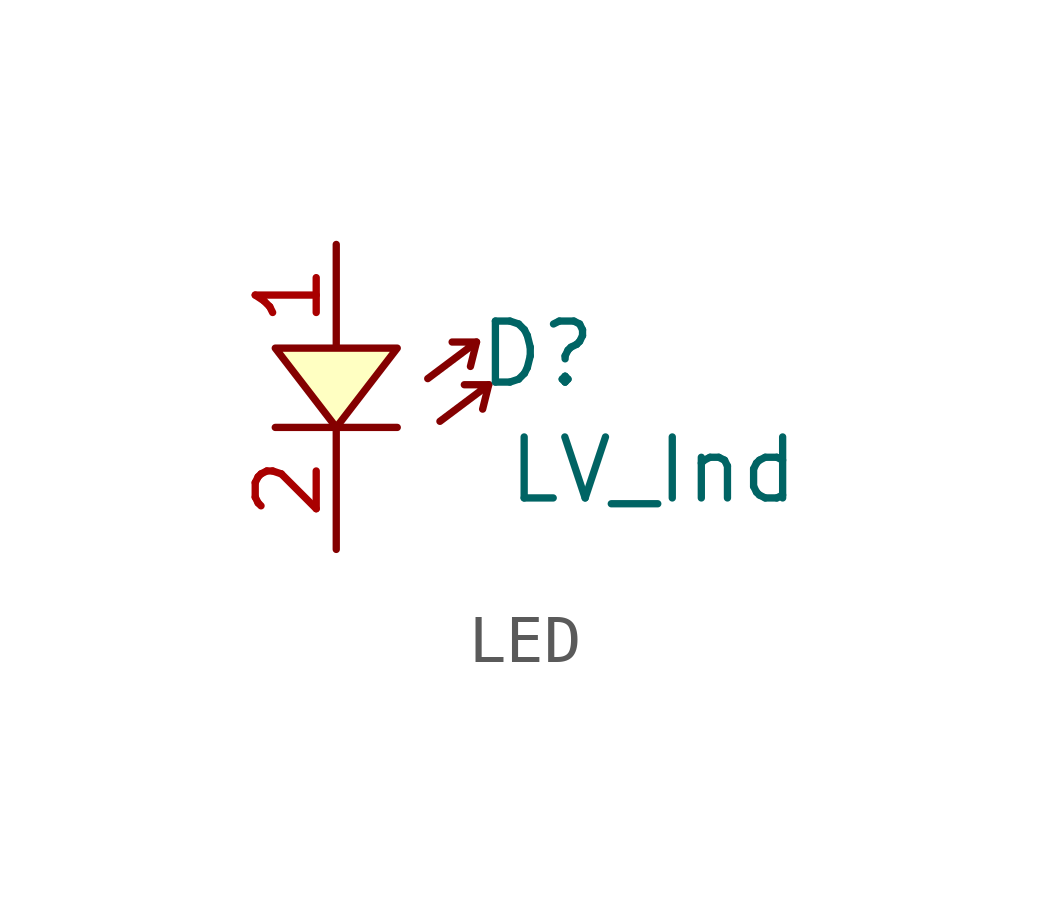
<source format=kicad_sym>
(kicad_symbol_lib
  (version 20231120)
  (generator "kicad_symbol_editor")
  (generator_version "8.0")
  (symbol "LED"
    (pin_names hide)
    (property "Reference" "D"
      (at 4.191 -2.286 0)
      (effects (font (size 1.27 1.27))))
    (property "Value" "LV_Ind"
      (at 6.604 -4.699 0)
      (effects (font (size 1.27 1.27))))
    (symbol "LED_0_1"
      (polyline (pts (xy -1.27 -3.81) (xy 1.27 -3.81)) (stroke (width 0) (type default)) (fill (type none)))
      (polyline (pts (xy 2.921 -2.032) (xy 2.794 -2.54)) (stroke (width 0) (type default)) (fill (type none)))
      (polyline (pts (xy 3.175 -2.921) (xy 3.048 -3.429)) (stroke (width 0) (type default)) (fill (type none)))
      (polyline (pts (xy 1.905 -2.794) (xy 2.921 -2.032) (xy 2.413 -2.032)) (stroke (width 0) (type default)) (fill (type none)))
      (polyline (pts (xy 2.159 -3.683) (xy 3.175 -2.921) (xy 2.667 -2.921)) (stroke (width 0) (type default)) (fill (type none))))
    (symbol "LED_1_1"
      (polyline (pts (xy -1.27 -2.159) (xy 1.27 -2.159) (xy 0 -3.81) (xy -1.27 -2.159)) (stroke (width 0) (type default)) (fill (type background)))
      (pin passive line (at 0 0 270) (length 2.108) (name "1" (effects (font (size 1.27 1.27)))) (number "1" (effects (font (size 1.27 1.27)))))
      (pin passive line (at 0 -6.35 90) (length 2.54) (name "2" (effects (font (size 1.27 1.27)))) (number "2" (effects (font (size 1.27 1.27))))))))
</source>
